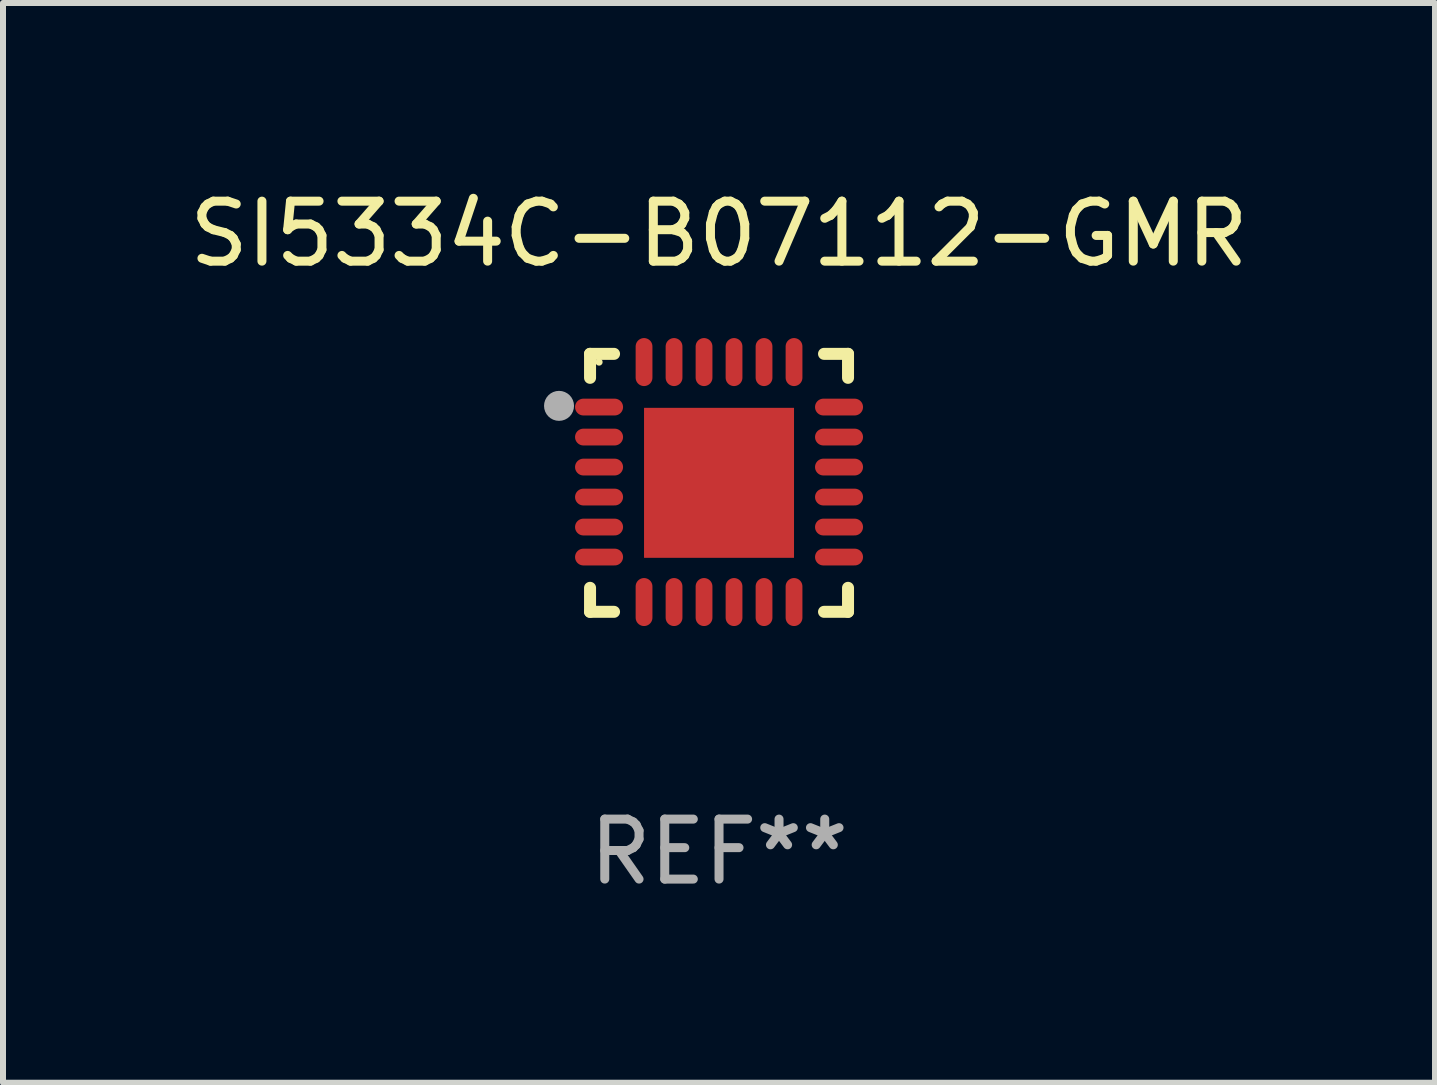
<source format=kicad_pcb>
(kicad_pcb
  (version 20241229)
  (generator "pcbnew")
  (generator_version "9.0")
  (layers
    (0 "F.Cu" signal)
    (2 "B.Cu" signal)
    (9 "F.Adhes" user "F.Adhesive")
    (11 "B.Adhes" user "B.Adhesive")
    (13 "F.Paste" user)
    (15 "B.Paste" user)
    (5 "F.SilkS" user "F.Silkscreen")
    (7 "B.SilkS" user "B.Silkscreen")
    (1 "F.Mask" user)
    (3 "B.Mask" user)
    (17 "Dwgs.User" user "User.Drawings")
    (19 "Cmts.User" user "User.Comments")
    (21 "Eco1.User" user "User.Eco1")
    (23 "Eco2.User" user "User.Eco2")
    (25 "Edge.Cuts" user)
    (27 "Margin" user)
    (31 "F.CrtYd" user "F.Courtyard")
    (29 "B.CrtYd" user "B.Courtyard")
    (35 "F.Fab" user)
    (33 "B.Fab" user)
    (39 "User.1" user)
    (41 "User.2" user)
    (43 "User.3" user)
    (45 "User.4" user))
  (footprint "SI5334C-B07112-GMR"
    (layer "F.Cu")
    (at 8.935 4.998)
    (property "Reference" "SI5334C-B07112-GMR" (at 0 -4.15 0) (layer "F.SilkS") (effects (font (size 1 1) (thickness 0.15))))
    (attr through_hole)
    (fp_line (start -2.15 -2.15) (end -1.75 -2.15) (stroke (width 0.2) (type solid)) (layer "F.SilkS"))
    (fp_line (start -2.15 -1.75) (end -2.15 -2.15) (stroke (width 0.2) (type solid)) (layer "F.SilkS"))
    (fp_line (start -2.15 2.15) (end -2.15 1.75) (stroke (width 0.2) (type solid)) (layer "F.SilkS"))
    (fp_line (start -1.75 2.15) (end -2.15 2.15) (stroke (width 0.2) (type solid)) (layer "F.SilkS"))
    (fp_line (start 1.75 -2.15) (end 2.15 -2.15) (stroke (width 0.2) (type solid)) (layer "F.SilkS"))
    (fp_line (start 1.75 2.15) (end 2.15 2.15) (stroke (width 0.2) (type solid)) (layer "F.SilkS"))
    (fp_line (start 2.15 -2.15) (end 2.15 -1.75) (stroke (width 0.2) (type solid)) (layer "F.SilkS"))
    (fp_line (start 2.15 2.15) (end 2.15 1.75) (stroke (width 0.2) (type solid)) (layer "F.SilkS"))
    (fp_circle (center -2 -2.013) (end -1.97 -2.013) (stroke (width 0.06) (type solid)) (fill no) (layer "F.SilkS"))
    (fp_circle (center -2.667 -1.283) (end -2.542 -1.283) (stroke (width 0.25) (type solid)) (fill no) (layer "F.Fab"))
    (fp_text user "REF**" (at 0 6.15 0) (layer "F.Fab") (effects (font (size 1 1) (thickness 0.15))))
    (pad "1" smd oval (at -2 -1.263) (size 0.8 0.28) (layers "F.Cu" "F.Mask" "F.Paste"))
    (pad "2" smd oval (at -2 -0.763) (size 0.8 0.28) (layers "F.Cu" "F.Mask" "F.Paste"))
    (pad "3" smd oval (at -2 -0.263) (size 0.8 0.28) (layers "F.Cu" "F.Mask" "F.Paste"))
    (pad "4" smd oval (at -2 0.237) (size 0.8 0.28) (layers "F.Cu" "F.Mask" "F.Paste"))
    (pad "5" smd oval (at -2 0.737) (size 0.8 0.28) (layers "F.Cu" "F.Mask" "F.Paste"))
    (pad "6" smd oval (at -2 1.237) (size 0.8 0.28) (layers "F.Cu" "F.Mask" "F.Paste"))
    (pad "7" smd oval (at -1.25 1.987) (size 0.28 0.8) (layers "F.Cu" "F.Mask" "F.Paste"))
    (pad "8" smd oval (at -0.75 1.987) (size 0.28 0.8) (layers "F.Cu" "F.Mask" "F.Paste"))
    (pad "9" smd oval (at -0.25 1.987) (size 0.28 0.8) (layers "F.Cu" "F.Mask" "F.Paste"))
    (pad "10" smd oval (at 0.25 1.987) (size 0.28 0.8) (layers "F.Cu" "F.Mask" "F.Paste"))
    (pad "11" smd oval (at 0.75 1.987) (size 0.28 0.8) (layers "F.Cu" "F.Mask" "F.Paste"))
    (pad "12" smd oval (at 1.25 1.987) (size 0.28 0.8) (layers "F.Cu" "F.Mask" "F.Paste"))
    (pad "13" smd oval (at 2 1.237) (size 0.8 0.28) (layers "F.Cu" "F.Mask" "F.Paste"))
    (pad "14" smd oval (at 2 0.737) (size 0.8 0.28) (layers "F.Cu" "F.Mask" "F.Paste"))
    (pad "15" smd oval (at 2 0.237) (size 0.8 0.28) (layers "F.Cu" "F.Mask" "F.Paste"))
    (pad "16" smd oval (at 2 -0.263) (size 0.8 0.28) (layers "F.Cu" "F.Mask" "F.Paste"))
    (pad "17" smd oval (at 2 -0.763) (size 0.8 0.28) (layers "F.Cu" "F.Mask" "F.Paste"))
    (pad "18" smd oval (at 2 -1.263) (size 0.8 0.28) (layers "F.Cu" "F.Mask" "F.Paste"))
    (pad "19" smd oval (at 1.25 -2.013) (size 0.28 0.8) (layers "F.Cu" "F.Mask" "F.Paste"))
    (pad "20" smd oval (at 0.75 -2.013) (size 0.28 0.8) (layers "F.Cu" "F.Mask" "F.Paste"))
    (pad "21" smd oval (at 0.25 -2.013) (size 0.28 0.8) (layers "F.Cu" "F.Mask" "F.Paste"))
    (pad "22" smd oval (at -0.25 -2.013) (size 0.28 0.8) (layers "F.Cu" "F.Mask" "F.Paste"))
    (pad "23" smd oval (at -0.75 -2.013) (size 0.28 0.8) (layers "F.Cu" "F.Mask" "F.Paste"))
    (pad "24" smd oval (at -1.25 -2.013) (size 0.28 0.8) (layers "F.Cu" "F.Mask" "F.Paste"))
    (pad "25" smd rect (at -0.000127 -0.00014) (size 2.5 2.5) (layers "F.Cu" "F.Mask" "F.Paste")))
  (gr_rect
    (start -3 -3)
    (end 20.869 14.997)
    (stroke (width 0.1) (type default))
    (fill no)
    (layer "Edge.Cuts")))
</source>
